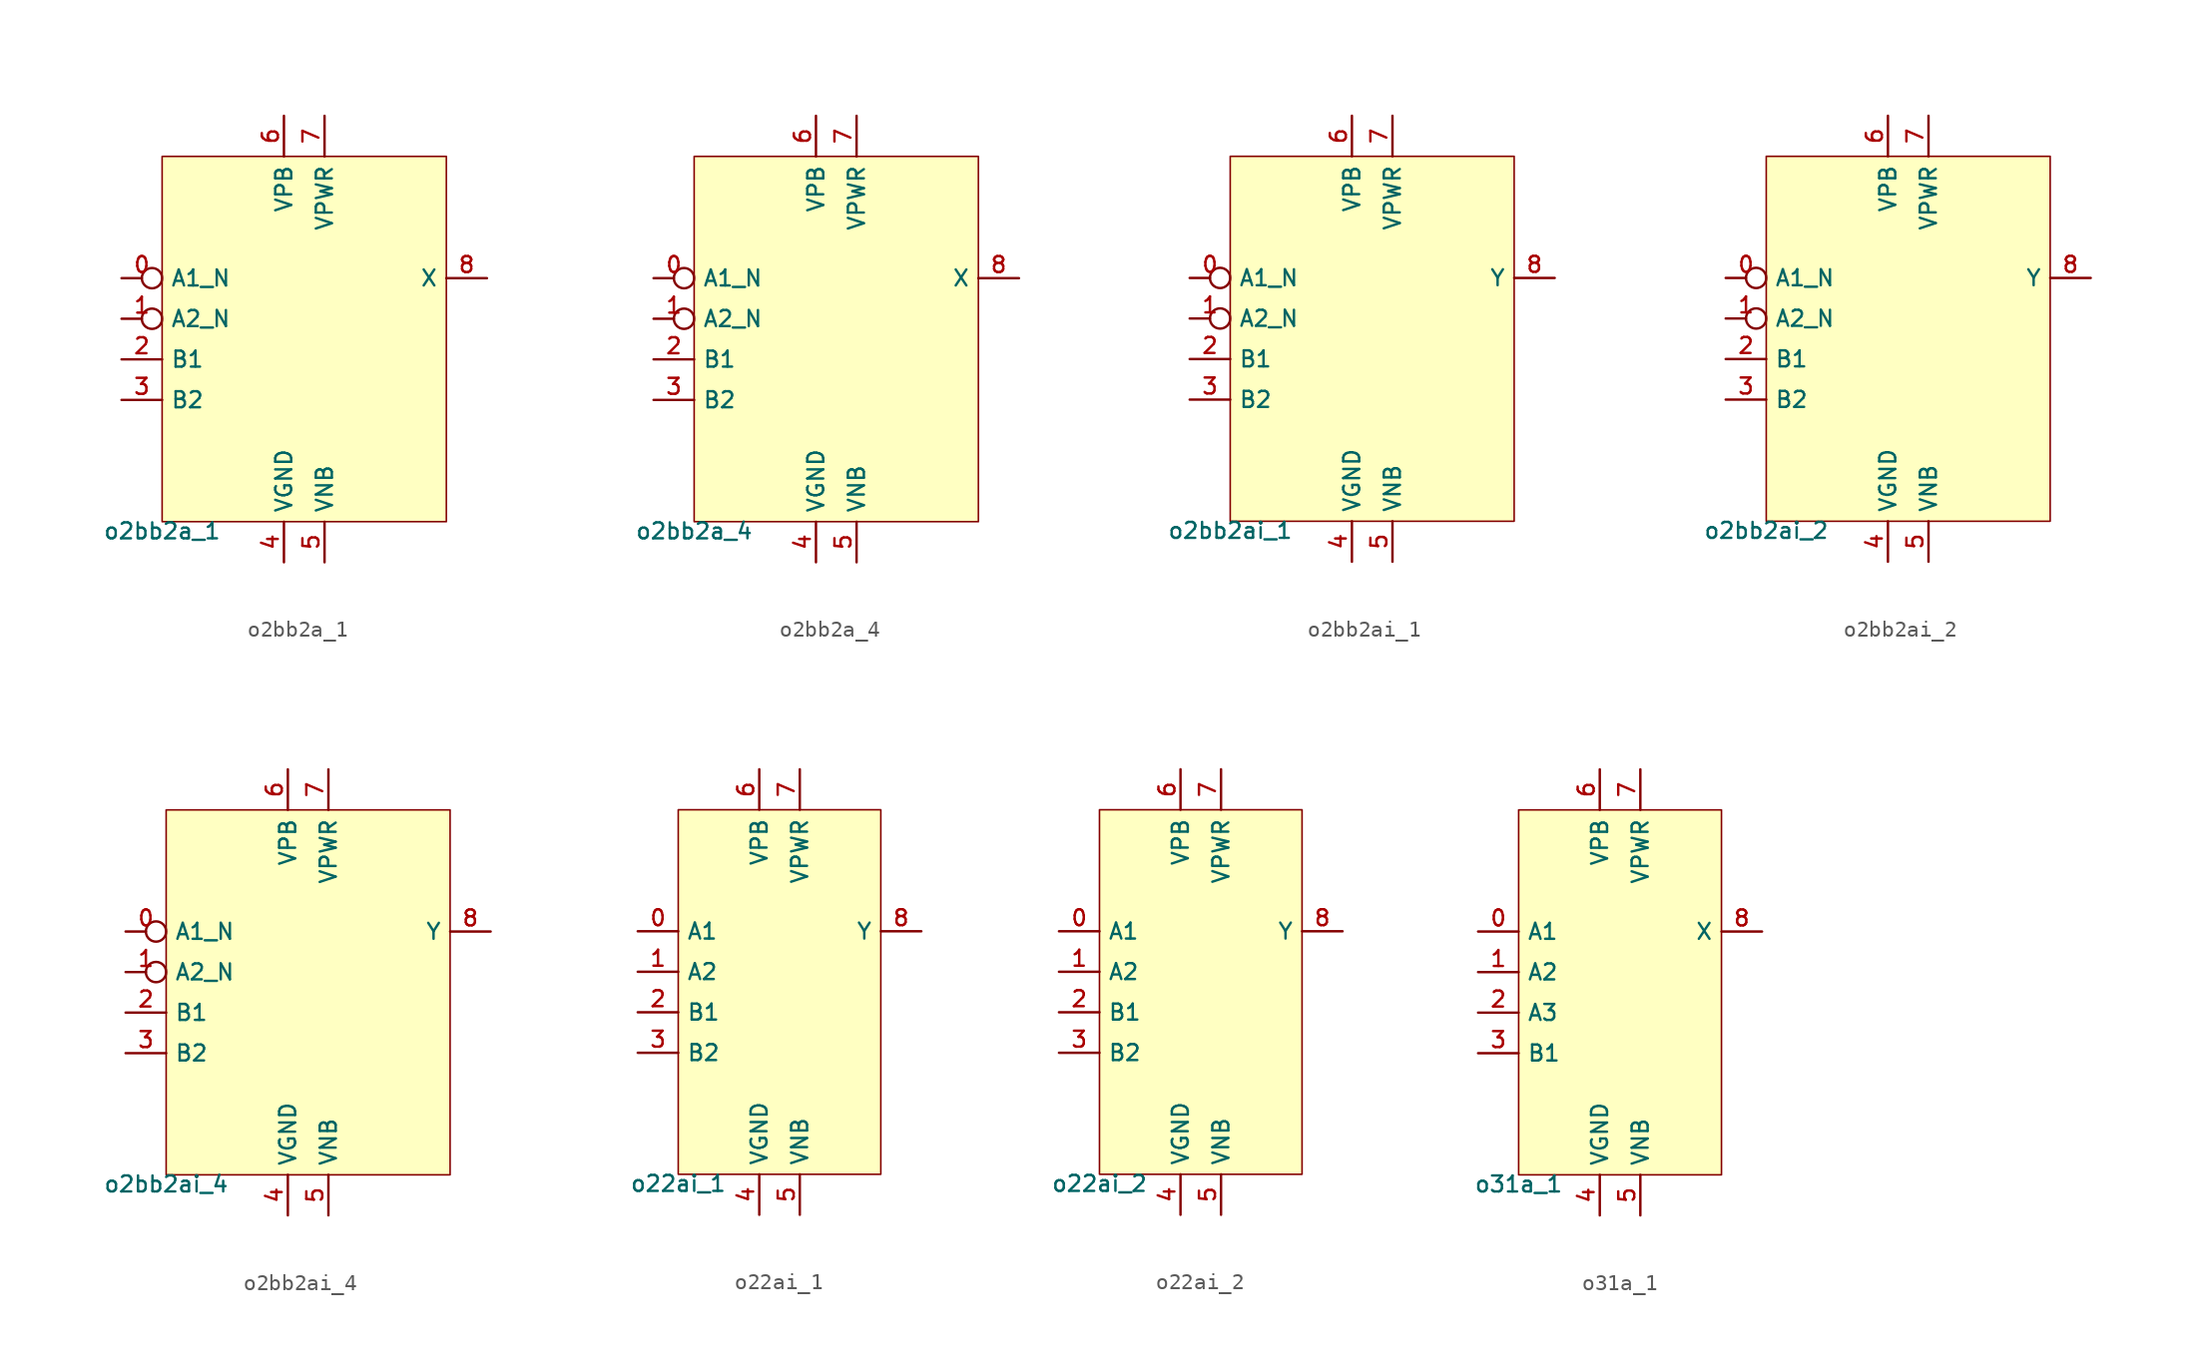
<source format=kicad_sym>
(kicad_symbol_lib
  (version 20211014)
  (generator lef2kicad_sym)
  (symbol "o2bb2a_1"
    (property "Reference" "CELL"
      (at 0 0 0)
      (effects (font (size 1 1)) hide))
    (property "Value" "o2bb2a_1"
      (at -8.89 -11.43 0)
      (effects (font (size 1 1)) (justify top)))
    (rectangle
      (start -8.89 -11.43)
      (end 8.89 11.43)
      (stroke (width 0.1) (type solid) (color 0 0 0 0))
      (fill (type background)))
    (pin input inverted
      (at -11.43 3.81 0)
      (length 2.54)
      (name "A1_N" (effects (font (size 1 1)) hide))
      (number "0" (effects (font (size 1 1)) hide)))
    (pin input inverted
      (at -11.43 1.27 0)
      (length 2.54)
      (name "A2_N" (effects (font (size 1 1)) hide))
      (number "1" (effects (font (size 1 1)) hide)))
    (pin input line
      (at -11.43 -1.27 0)
      (length 2.54)
      (name "B1" (effects (font (size 1 1)) hide))
      (number "2" (effects (font (size 1 1)) hide)))
    (pin input line
      (at -11.43 -3.81 0)
      (length 2.54)
      (name "B2" (effects (font (size 1 1)) hide))
      (number "3" (effects (font (size 1 1)) hide)))
    (pin power_in line
      (at -1.27 -13.97 90)
      (length 2.54)
      (name "VGND" (effects (font (size 1 1)) hide))
      (number "4" (effects (font (size 1 1)) hide)))
    (pin power_in line
      (at 1.27 -13.97 90)
      (length 2.54)
      (name "VNB" (effects (font (size 1 1)) hide))
      (number "5" (effects (font (size 1 1)) hide)))
    (pin power_in line
      (at -1.27 13.97 270)
      (length 2.54)
      (name "VPB" (effects (font (size 1 1)) hide))
      (number "6" (effects (font (size 1 1)) hide)))
    (pin power_in line
      (at 1.27 13.97 270)
      (length 2.54)
      (name "VPWR" (effects (font (size 1 1)) hide))
      (number "7" (effects (font (size 1 1)) hide)))
    (pin output line
      (at 11.43 3.81 180)
      (length 2.54)
      (name "X" (effects (font (size 1 1)) hide))
      (number "8" (effects (font (size 1 1)) hide))))
  (symbol "o2bb2a_4"
    (property "Reference" "CELL"
      (at 0 0 0)
      (effects (font (size 1 1)) hide))
    (property "Value" "o2bb2a_4"
      (at -8.89 -11.43 0)
      (effects (font (size 1 1)) (justify top)))
    (rectangle
      (start -8.89 -11.43)
      (end 8.89 11.43)
      (stroke (width 0.1) (type solid) (color 0 0 0 0))
      (fill (type background)))
    (pin input inverted
      (at -11.43 3.81 0)
      (length 2.54)
      (name "A1_N" (effects (font (size 1 1)) hide))
      (number "0" (effects (font (size 1 1)) hide)))
    (pin input inverted
      (at -11.43 1.27 0)
      (length 2.54)
      (name "A2_N" (effects (font (size 1 1)) hide))
      (number "1" (effects (font (size 1 1)) hide)))
    (pin input line
      (at -11.43 -1.27 0)
      (length 2.54)
      (name "B1" (effects (font (size 1 1)) hide))
      (number "2" (effects (font (size 1 1)) hide)))
    (pin input line
      (at -11.43 -3.81 0)
      (length 2.54)
      (name "B2" (effects (font (size 1 1)) hide))
      (number "3" (effects (font (size 1 1)) hide)))
    (pin power_in line
      (at -1.27 -13.97 90)
      (length 2.54)
      (name "VGND" (effects (font (size 1 1)) hide))
      (number "4" (effects (font (size 1 1)) hide)))
    (pin power_in line
      (at 1.27 -13.97 90)
      (length 2.54)
      (name "VNB" (effects (font (size 1 1)) hide))
      (number "5" (effects (font (size 1 1)) hide)))
    (pin power_in line
      (at -1.27 13.97 270)
      (length 2.54)
      (name "VPB" (effects (font (size 1 1)) hide))
      (number "6" (effects (font (size 1 1)) hide)))
    (pin power_in line
      (at 1.27 13.97 270)
      (length 2.54)
      (name "VPWR" (effects (font (size 1 1)) hide))
      (number "7" (effects (font (size 1 1)) hide)))
    (pin output line
      (at 11.43 3.81 180)
      (length 2.54)
      (name "X" (effects (font (size 1 1)) hide))
      (number "8" (effects (font (size 1 1)) hide))))
  (symbol "o2bb2ai_1"
    (property "Reference" "CELL"
      (at 0 0 0)
      (effects (font (size 1 1)) hide))
    (property "Value" "o2bb2ai_1"
      (at -8.89 -11.43 0)
      (effects (font (size 1 1)) (justify top)))
    (rectangle
      (start -8.89 -11.43)
      (end 8.89 11.43)
      (stroke (width 0.1) (type solid) (color 0 0 0 0))
      (fill (type background)))
    (pin input inverted
      (at -11.43 3.81 0)
      (length 2.54)
      (name "A1_N" (effects (font (size 1 1)) hide))
      (number "0" (effects (font (size 1 1)) hide)))
    (pin input inverted
      (at -11.43 1.27 0)
      (length 2.54)
      (name "A2_N" (effects (font (size 1 1)) hide))
      (number "1" (effects (font (size 1 1)) hide)))
    (pin input line
      (at -11.43 -1.27 0)
      (length 2.54)
      (name "B1" (effects (font (size 1 1)) hide))
      (number "2" (effects (font (size 1 1)) hide)))
    (pin input line
      (at -11.43 -3.81 0)
      (length 2.54)
      (name "B2" (effects (font (size 1 1)) hide))
      (number "3" (effects (font (size 1 1)) hide)))
    (pin power_in line
      (at -1.27 -13.97 90)
      (length 2.54)
      (name "VGND" (effects (font (size 1 1)) hide))
      (number "4" (effects (font (size 1 1)) hide)))
    (pin power_in line
      (at 1.27 -13.97 90)
      (length 2.54)
      (name "VNB" (effects (font (size 1 1)) hide))
      (number "5" (effects (font (size 1 1)) hide)))
    (pin power_in line
      (at -1.27 13.97 270)
      (length 2.54)
      (name "VPB" (effects (font (size 1 1)) hide))
      (number "6" (effects (font (size 1 1)) hide)))
    (pin power_in line
      (at 1.27 13.97 270)
      (length 2.54)
      (name "VPWR" (effects (font (size 1 1)) hide))
      (number "7" (effects (font (size 1 1)) hide)))
    (pin output line
      (at 11.43 3.81 180)
      (length 2.54)
      (name "Y" (effects (font (size 1 1)) hide))
      (number "8" (effects (font (size 1 1)) hide))))
  (symbol "o2bb2ai_2"
    (property "Reference" "CELL"
      (at 0 0 0)
      (effects (font (size 1 1)) hide))
    (property "Value" "o2bb2ai_2"
      (at -8.89 -11.43 0)
      (effects (font (size 1 1)) (justify top)))
    (rectangle
      (start -8.89 -11.43)
      (end 8.89 11.43)
      (stroke (width 0.1) (type solid) (color 0 0 0 0))
      (fill (type background)))
    (pin input inverted
      (at -11.43 3.81 0)
      (length 2.54)
      (name "A1_N" (effects (font (size 1 1)) hide))
      (number "0" (effects (font (size 1 1)) hide)))
    (pin input inverted
      (at -11.43 1.27 0)
      (length 2.54)
      (name "A2_N" (effects (font (size 1 1)) hide))
      (number "1" (effects (font (size 1 1)) hide)))
    (pin input line
      (at -11.43 -1.27 0)
      (length 2.54)
      (name "B1" (effects (font (size 1 1)) hide))
      (number "2" (effects (font (size 1 1)) hide)))
    (pin input line
      (at -11.43 -3.81 0)
      (length 2.54)
      (name "B2" (effects (font (size 1 1)) hide))
      (number "3" (effects (font (size 1 1)) hide)))
    (pin power_in line
      (at -1.27 -13.97 90)
      (length 2.54)
      (name "VGND" (effects (font (size 1 1)) hide))
      (number "4" (effects (font (size 1 1)) hide)))
    (pin power_in line
      (at 1.27 -13.97 90)
      (length 2.54)
      (name "VNB" (effects (font (size 1 1)) hide))
      (number "5" (effects (font (size 1 1)) hide)))
    (pin power_in line
      (at -1.27 13.97 270)
      (length 2.54)
      (name "VPB" (effects (font (size 1 1)) hide))
      (number "6" (effects (font (size 1 1)) hide)))
    (pin power_in line
      (at 1.27 13.97 270)
      (length 2.54)
      (name "VPWR" (effects (font (size 1 1)) hide))
      (number "7" (effects (font (size 1 1)) hide)))
    (pin output line
      (at 11.43 3.81 180)
      (length 2.54)
      (name "Y" (effects (font (size 1 1)) hide))
      (number "8" (effects (font (size 1 1)) hide))))
  (symbol "o2bb2ai_4"
    (property "Reference" "CELL"
      (at 0 0 0)
      (effects (font (size 1 1)) hide))
    (property "Value" "o2bb2ai_4"
      (at -8.89 -11.43 0)
      (effects (font (size 1 1)) (justify top)))
    (rectangle
      (start -8.89 -11.43)
      (end 8.89 11.43)
      (stroke (width 0.1) (type solid) (color 0 0 0 0))
      (fill (type background)))
    (pin input inverted
      (at -11.43 3.81 0)
      (length 2.54)
      (name "A1_N" (effects (font (size 1 1)) hide))
      (number "0" (effects (font (size 1 1)) hide)))
    (pin input inverted
      (at -11.43 1.27 0)
      (length 2.54)
      (name "A2_N" (effects (font (size 1 1)) hide))
      (number "1" (effects (font (size 1 1)) hide)))
    (pin input line
      (at -11.43 -1.27 0)
      (length 2.54)
      (name "B1" (effects (font (size 1 1)) hide))
      (number "2" (effects (font (size 1 1)) hide)))
    (pin input line
      (at -11.43 -3.81 0)
      (length 2.54)
      (name "B2" (effects (font (size 1 1)) hide))
      (number "3" (effects (font (size 1 1)) hide)))
    (pin power_in line
      (at -1.27 -13.97 90)
      (length 2.54)
      (name "VGND" (effects (font (size 1 1)) hide))
      (number "4" (effects (font (size 1 1)) hide)))
    (pin power_in line
      (at 1.27 -13.97 90)
      (length 2.54)
      (name "VNB" (effects (font (size 1 1)) hide))
      (number "5" (effects (font (size 1 1)) hide)))
    (pin power_in line
      (at -1.27 13.97 270)
      (length 2.54)
      (name "VPB" (effects (font (size 1 1)) hide))
      (number "6" (effects (font (size 1 1)) hide)))
    (pin power_in line
      (at 1.27 13.97 270)
      (length 2.54)
      (name "VPWR" (effects (font (size 1 1)) hide))
      (number "7" (effects (font (size 1 1)) hide)))
    (pin output line
      (at 11.43 3.81 180)
      (length 2.54)
      (name "Y" (effects (font (size 1 1)) hide))
      (number "8" (effects (font (size 1 1)) hide))))
  (symbol "o22ai_1"
    (property "Reference" "CELL"
      (at 0 0 0)
      (effects (font (size 1 1)) hide))
    (property "Value" "o22ai_1"
      (at -6.35 -11.43 0)
      (effects (font (size 1 1)) (justify top)))
    (rectangle
      (start -6.35 -11.43)
      (end 6.35 11.43)
      (stroke (width 0.1) (type solid) (color 0 0 0 0))
      (fill (type background)))
    (pin input line
      (at -8.89 3.81 0)
      (length 2.54)
      (name "A1" (effects (font (size 1 1)) hide))
      (number "0" (effects (font (size 1 1)) hide)))
    (pin input line
      (at -8.89 1.27 0)
      (length 2.54)
      (name "A2" (effects (font (size 1 1)) hide))
      (number "1" (effects (font (size 1 1)) hide)))
    (pin input line
      (at -8.89 -1.27 0)
      (length 2.54)
      (name "B1" (effects (font (size 1 1)) hide))
      (number "2" (effects (font (size 1 1)) hide)))
    (pin input line
      (at -8.89 -3.81 0)
      (length 2.54)
      (name "B2" (effects (font (size 1 1)) hide))
      (number "3" (effects (font (size 1 1)) hide)))
    (pin power_in line
      (at -1.27 -13.97 90)
      (length 2.54)
      (name "VGND" (effects (font (size 1 1)) hide))
      (number "4" (effects (font (size 1 1)) hide)))
    (pin power_in line
      (at 1.27 -13.97 90)
      (length 2.54)
      (name "VNB" (effects (font (size 1 1)) hide))
      (number "5" (effects (font (size 1 1)) hide)))
    (pin power_in line
      (at -1.27 13.97 270)
      (length 2.54)
      (name "VPB" (effects (font (size 1 1)) hide))
      (number "6" (effects (font (size 1 1)) hide)))
    (pin power_in line
      (at 1.27 13.97 270)
      (length 2.54)
      (name "VPWR" (effects (font (size 1 1)) hide))
      (number "7" (effects (font (size 1 1)) hide)))
    (pin output line
      (at 8.89 3.81 180)
      (length 2.54)
      (name "Y" (effects (font (size 1 1)) hide))
      (number "8" (effects (font (size 1 1)) hide))))
  (symbol "o22ai_2"
    (property "Reference" "CELL"
      (at 0 0 0)
      (effects (font (size 1 1)) hide))
    (property "Value" "o22ai_2"
      (at -6.35 -11.43 0)
      (effects (font (size 1 1)) (justify top)))
    (rectangle
      (start -6.35 -11.43)
      (end 6.35 11.43)
      (stroke (width 0.1) (type solid) (color 0 0 0 0))
      (fill (type background)))
    (pin input line
      (at -8.89 3.81 0)
      (length 2.54)
      (name "A1" (effects (font (size 1 1)) hide))
      (number "0" (effects (font (size 1 1)) hide)))
    (pin input line
      (at -8.89 1.27 0)
      (length 2.54)
      (name "A2" (effects (font (size 1 1)) hide))
      (number "1" (effects (font (size 1 1)) hide)))
    (pin input line
      (at -8.89 -1.27 0)
      (length 2.54)
      (name "B1" (effects (font (size 1 1)) hide))
      (number "2" (effects (font (size 1 1)) hide)))
    (pin input line
      (at -8.89 -3.81 0)
      (length 2.54)
      (name "B2" (effects (font (size 1 1)) hide))
      (number "3" (effects (font (size 1 1)) hide)))
    (pin power_in line
      (at -1.27 -13.97 90)
      (length 2.54)
      (name "VGND" (effects (font (size 1 1)) hide))
      (number "4" (effects (font (size 1 1)) hide)))
    (pin power_in line
      (at 1.27 -13.97 90)
      (length 2.54)
      (name "VNB" (effects (font (size 1 1)) hide))
      (number "5" (effects (font (size 1 1)) hide)))
    (pin power_in line
      (at -1.27 13.97 270)
      (length 2.54)
      (name "VPB" (effects (font (size 1 1)) hide))
      (number "6" (effects (font (size 1 1)) hide)))
    (pin power_in line
      (at 1.27 13.97 270)
      (length 2.54)
      (name "VPWR" (effects (font (size 1 1)) hide))
      (number "7" (effects (font (size 1 1)) hide)))
    (pin output line
      (at 8.89 3.81 180)
      (length 2.54)
      (name "Y" (effects (font (size 1 1)) hide))
      (number "8" (effects (font (size 1 1)) hide))))
  (symbol "o31a_1"
    (property "Reference" "CELL"
      (at 0 0 0)
      (effects (font (size 1 1)) hide))
    (property "Value" "o31a_1"
      (at -6.35 -11.43 0)
      (effects (font (size 1 1)) (justify top)))
    (rectangle
      (start -6.35 -11.43)
      (end 6.35 11.43)
      (stroke (width 0.1) (type solid) (color 0 0 0 0))
      (fill (type background)))
    (pin input line
      (at -8.89 3.81 0)
      (length 2.54)
      (name "A1" (effects (font (size 1 1)) hide))
      (number "0" (effects (font (size 1 1)) hide)))
    (pin input line
      (at -8.89 1.27 0)
      (length 2.54)
      (name "A2" (effects (font (size 1 1)) hide))
      (number "1" (effects (font (size 1 1)) hide)))
    (pin input line
      (at -8.89 -1.27 0)
      (length 2.54)
      (name "A3" (effects (font (size 1 1)) hide))
      (number "2" (effects (font (size 1 1)) hide)))
    (pin input line
      (at -8.89 -3.81 0)
      (length 2.54)
      (name "B1" (effects (font (size 1 1)) hide))
      (number "3" (effects (font (size 1 1)) hide)))
    (pin power_in line
      (at -1.27 -13.97 90)
      (length 2.54)
      (name "VGND" (effects (font (size 1 1)) hide))
      (number "4" (effects (font (size 1 1)) hide)))
    (pin power_in line
      (at 1.27 -13.97 90)
      (length 2.54)
      (name "VNB" (effects (font (size 1 1)) hide))
      (number "5" (effects (font (size 1 1)) hide)))
    (pin power_in line
      (at -1.27 13.97 270)
      (length 2.54)
      (name "VPB" (effects (font (size 1 1)) hide))
      (number "6" (effects (font (size 1 1)) hide)))
    (pin power_in line
      (at 1.27 13.97 270)
      (length 2.54)
      (name "VPWR" (effects (font (size 1 1)) hide))
      (number "7" (effects (font (size 1 1)) hide)))
    (pin output line
      (at 8.89 3.81 180)
      (length 2.54)
      (name "X" (effects (font (size 1 1)) hide))
      (number "8" (effects (font (size 1 1)) hide)))))
</source>
